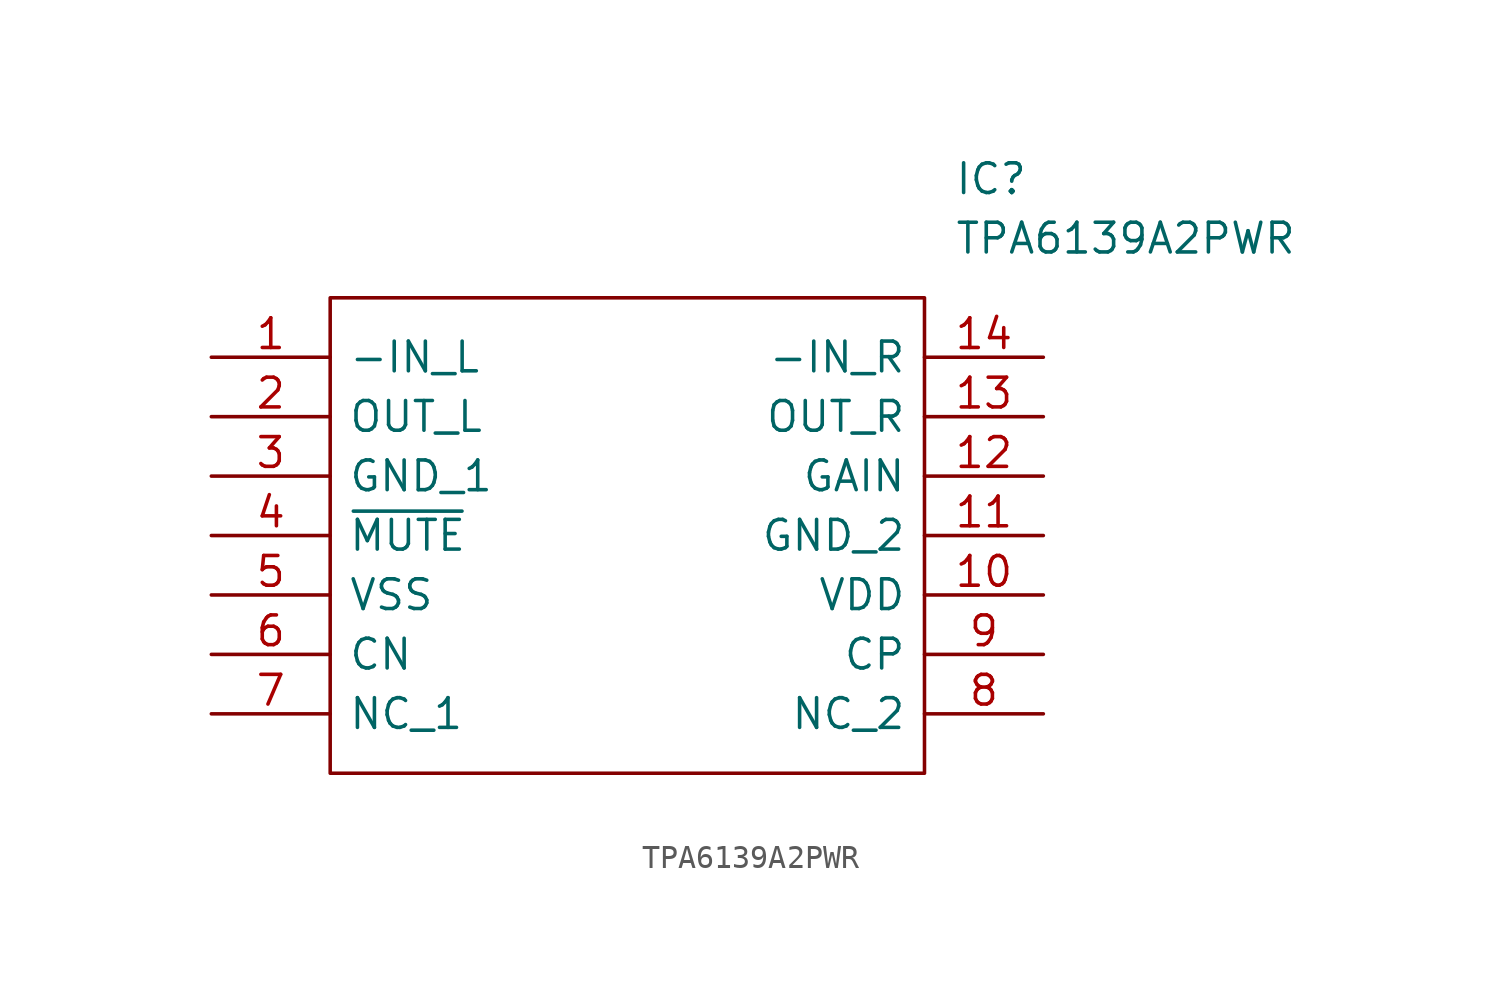
<source format=kicad_sym>
(kicad_symbol_lib
  (version 20220914)
  (generator kicad_symbol_editor)
  (symbol "TPA6139A2PWR"
    (pin_names
      (offset 0.762))
    (property "Reference" "IC"
      (at 31.75 7.62 0)
      (effects (font (size 1.27 1.27)) (justify left)))
    (property "Value" "TPA6139A2PWR"
      (at 31.75 5.08 0)
      (effects (font (size 1.27 1.27)) (justify left)))
    (symbol "TPA6139A2PWR_0_0"
      (pin passive line (at 0 0 0) (length 5.08) (name "-IN_L" (effects (font (size 1.27 1.27)))) (number "1" (effects (font (size 1.27 1.27)))))
      (pin passive line (at 35.56 -10.16 180) (length 5.08) (name "VDD" (effects (font (size 1.27 1.27)))) (number "10" (effects (font (size 1.27 1.27)))))
      (pin passive line (at 35.56 -7.62 180) (length 5.08) (name "GND_2" (effects (font (size 1.27 1.27)))) (number "11" (effects (font (size 1.27 1.27)))))
      (pin passive line (at 35.56 -5.08 180) (length 5.08) (name "GAIN" (effects (font (size 1.27 1.27)))) (number "12" (effects (font (size 1.27 1.27)))))
      (pin passive line (at 35.56 -2.54 180) (length 5.08) (name "OUT_R" (effects (font (size 1.27 1.27)))) (number "13" (effects (font (size 1.27 1.27)))))
      (pin passive line (at 35.56 0 180) (length 5.08) (name "-IN_R" (effects (font (size 1.27 1.27)))) (number "14" (effects (font (size 1.27 1.27)))))
      (pin passive line (at 0 -2.54 0) (length 5.08) (name "OUT_L" (effects (font (size 1.27 1.27)))) (number "2" (effects (font (size 1.27 1.27)))))
      (pin passive line (at 0 -5.08 0) (length 5.08) (name "GND_1" (effects (font (size 1.27 1.27)))) (number "3" (effects (font (size 1.27 1.27)))))
      (pin passive line (at 0 -7.62 0) (length 5.08) (name "~{MUTE}" (effects (font (size 1.27 1.27)))) (number "4" (effects (font (size 1.27 1.27)))))
      (pin passive line (at 0 -10.16 0) (length 5.08) (name "VSS" (effects (font (size 1.27 1.27)))) (number "5" (effects (font (size 1.27 1.27)))))
      (pin passive line (at 0 -12.7 0) (length 5.08) (name "CN" (effects (font (size 1.27 1.27)))) (number "6" (effects (font (size 1.27 1.27)))))
      (pin passive line (at 0 -15.24 0) (length 5.08) (name "NC_1" (effects (font (size 1.27 1.27)))) (number "7" (effects (font (size 1.27 1.27)))))
      (pin passive line (at 35.56 -15.24 180) (length 5.08) (name "NC_2" (effects (font (size 1.27 1.27)))) (number "8" (effects (font (size 1.27 1.27)))))
      (pin passive line (at 35.56 -12.7 180) (length 5.08) (name "CP" (effects (font (size 1.27 1.27)))) (number "9" (effects (font (size 1.27 1.27))))))
    (symbol "TPA6139A2PWR_0_1"
      (polyline (pts (xy 5.08 2.54) (xy 30.48 2.54) (xy 30.48 -17.78) (xy 5.08 -17.78) (xy 5.08 2.54)) (stroke (width 0.152) (type solid)) (fill (type none))))))
</source>
